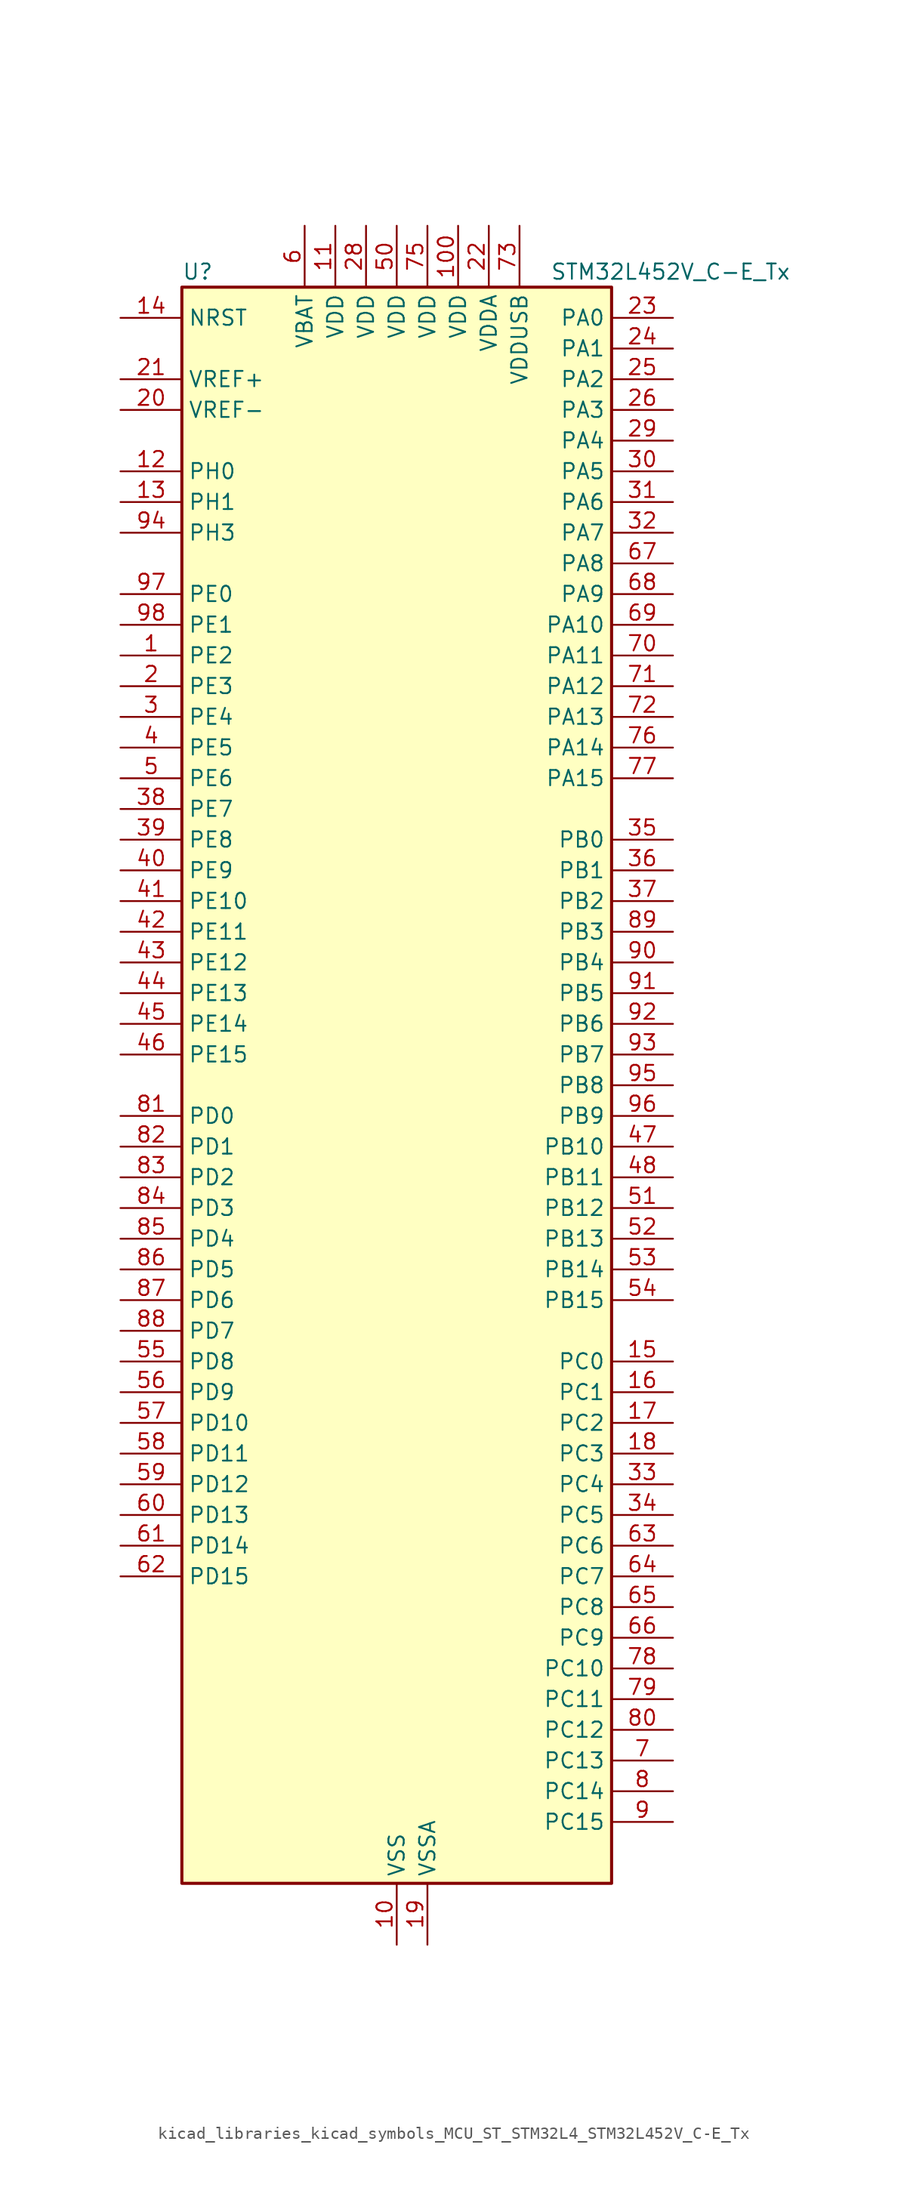
<source format=kicad_sym>
(kicad_symbol_lib
  (version 20220914)
  (generator kicad_symbol_editor)
  (symbol "kicad_libraries_kicad_symbols_MCU_ST_STM32L4_STM32L452V_C-E_Tx"
    (property "Reference" "U"
      (at -17.78 67.31 0)
      (effects (font (size 1.27 1.27)) (justify left)))
    (property "Value" "STM32L452V_C-E_Tx"
      (at 12.7 67.31 0)
      (effects (font (size 1.27 1.27)) (justify left)))
    (property "ki_locked" ""
      (at 0 0 0)
      (effects (font (size 1.27 1.27))))
    (symbol "kicad_libraries_kicad_symbols_MCU_ST_STM32L4_STM32L452V_C-E_Tx_0_1"
      (rectangle (start -17.78 -66.04) (end 17.78 66.04) (stroke (width 0.254) (type default)) (fill (type background))))
    (symbol "kicad_libraries_kicad_symbols_MCU_ST_STM32L4_STM32L452V_C-E_Tx_1_1"
      (pin bidirectional line (at -22.86 35.56 0) (length 5.08) (name "PE2" (effects (font (size 1.27 1.27)))) (number "1" (effects (font (size 1.27 1.27)))) (alternate "SAI1_MCLK_A" bidirectional line) (alternate "SYS_TRACECLK" bidirectional line) (alternate "TIM3_ETR" bidirectional line) (alternate "TSC_G7_IO1" bidirectional line))
      (pin power_in line (at 0 -71.12 90) (length 5.08) (name "VSS" (effects (font (size 1.27 1.27)))) (number "10" (effects (font (size 1.27 1.27)))))
      (pin power_in line (at 5.08 71.12 270) (length 5.08) (name "VDD" (effects (font (size 1.27 1.27)))) (number "100" (effects (font (size 1.27 1.27)))))
      (pin power_in line (at -5.08 71.12 270) (length 5.08) (name "VDD" (effects (font (size 1.27 1.27)))) (number "11" (effects (font (size 1.27 1.27)))))
      (pin bidirectional line (at -22.86 50.8 0) (length 5.08) (name "PH0" (effects (font (size 1.27 1.27)))) (number "12" (effects (font (size 1.27 1.27)))) (alternate "RCC_OSC_IN" bidirectional line))
      (pin bidirectional line (at -22.86 48.26 0) (length 5.08) (name "PH1" (effects (font (size 1.27 1.27)))) (number "13" (effects (font (size 1.27 1.27)))) (alternate "RCC_OSC_OUT" bidirectional line))
      (pin input line (at -22.86 63.5 0) (length 5.08) (name "NRST" (effects (font (size 1.27 1.27)))) (number "14" (effects (font (size 1.27 1.27)))))
      (pin bidirectional line (at 22.86 -22.86 180) (length 5.08) (name "PC0" (effects (font (size 1.27 1.27)))) (number "15" (effects (font (size 1.27 1.27)))) (alternate "ADC1_IN1" bidirectional line) (alternate "I2C3_SCL" bidirectional line) (alternate "I2C4_SCL" bidirectional line) (alternate "LPTIM1_IN1" bidirectional line) (alternate "LPTIM2_IN1" bidirectional line) (alternate "LPUART1_RX" bidirectional line))
      (pin bidirectional line (at 22.86 -25.4 180) (length 5.08) (name "PC1" (effects (font (size 1.27 1.27)))) (number "16" (effects (font (size 1.27 1.27)))) (alternate "ADC1_IN2" bidirectional line) (alternate "I2C3_SDA" bidirectional line) (alternate "I2C4_SDA" bidirectional line) (alternate "LPTIM1_OUT" bidirectional line) (alternate "LPUART1_TX" bidirectional line) (alternate "SYS_TRACED0" bidirectional line))
      (pin bidirectional line (at 22.86 -27.94 180) (length 5.08) (name "PC2" (effects (font (size 1.27 1.27)))) (number "17" (effects (font (size 1.27 1.27)))) (alternate "ADC1_IN3" bidirectional line) (alternate "DFSDM1_CKOUT" bidirectional line) (alternate "LPTIM1_IN2" bidirectional line) (alternate "SPI2_MISO" bidirectional line))
      (pin bidirectional line (at 22.86 -30.48 180) (length 5.08) (name "PC3" (effects (font (size 1.27 1.27)))) (number "18" (effects (font (size 1.27 1.27)))) (alternate "ADC1_IN4" bidirectional line) (alternate "LPTIM1_ETR" bidirectional line) (alternate "LPTIM2_ETR" bidirectional line) (alternate "SAI1_SD_A" bidirectional line) (alternate "SPI2_MOSI" bidirectional line))
      (pin power_in line (at 2.54 -71.12 90) (length 5.08) (name "VSSA" (effects (font (size 1.27 1.27)))) (number "19" (effects (font (size 1.27 1.27)))))
      (pin bidirectional line (at -22.86 33.02 0) (length 5.08) (name "PE3" (effects (font (size 1.27 1.27)))) (number "2" (effects (font (size 1.27 1.27)))) (alternate "SAI1_SD_B" bidirectional line) (alternate "SYS_TRACED0" bidirectional line) (alternate "TIM3_CH1" bidirectional line) (alternate "TSC_G7_IO2" bidirectional line))
      (pin input line (at -22.86 55.88 0) (length 5.08) (name "VREF-" (effects (font (size 1.27 1.27)))) (number "20" (effects (font (size 1.27 1.27)))))
      (pin input line (at -22.86 58.42 0) (length 5.08) (name "VREF+" (effects (font (size 1.27 1.27)))) (number "21" (effects (font (size 1.27 1.27)))) (alternate "VREFBUF_OUT" bidirectional line))
      (pin power_in line (at 7.62 71.12 270) (length 5.08) (name "VDDA" (effects (font (size 1.27 1.27)))) (number "22" (effects (font (size 1.27 1.27)))))
      (pin bidirectional line (at 22.86 63.5 180) (length 5.08) (name "PA0" (effects (font (size 1.27 1.27)))) (number "23" (effects (font (size 1.27 1.27)))) (alternate "ADC1_IN5" bidirectional line) (alternate "COMP1_INM" bidirectional line) (alternate "COMP1_OUT" bidirectional line) (alternate "OPAMP1_VINP" bidirectional line) (alternate "RTC_TAMP2" bidirectional line) (alternate "SAI1_EXTCLK" bidirectional line) (alternate "SYS_WKUP1" bidirectional line) (alternate "TIM2_CH1" bidirectional line) (alternate "TIM2_ETR" bidirectional line) (alternate "UART4_TX" bidirectional line) (alternate "USART2_CTS" bidirectional line))
      (pin bidirectional line (at 22.86 60.96 180) (length 5.08) (name "PA1" (effects (font (size 1.27 1.27)))) (number "24" (effects (font (size 1.27 1.27)))) (alternate "ADC1_IN6" bidirectional line) (alternate "COMP1_INP" bidirectional line) (alternate "I2C1_SMBA" bidirectional line) (alternate "OPAMP1_VINM" bidirectional line) (alternate "SPI1_SCK" bidirectional line) (alternate "TIM15_CH1N" bidirectional line) (alternate "TIM2_CH2" bidirectional line) (alternate "UART4_RX" bidirectional line) (alternate "USART2_DE" bidirectional line) (alternate "USART2_RTS" bidirectional line))
      (pin bidirectional line (at 22.86 58.42 180) (length 5.08) (name "PA2" (effects (font (size 1.27 1.27)))) (number "25" (effects (font (size 1.27 1.27)))) (alternate "ADC1_IN7" bidirectional line) (alternate "COMP2_INM" bidirectional line) (alternate "COMP2_OUT" bidirectional line) (alternate "LPUART1_TX" bidirectional line) (alternate "QUADSPI_BK1_NCS" bidirectional line) (alternate "RCC_LSCO" bidirectional line) (alternate "SYS_WKUP4" bidirectional line) (alternate "TIM15_CH1" bidirectional line) (alternate "TIM2_CH3" bidirectional line) (alternate "USART2_TX" bidirectional line))
      (pin bidirectional line (at 22.86 55.88 180) (length 5.08) (name "PA3" (effects (font (size 1.27 1.27)))) (number "26" (effects (font (size 1.27 1.27)))) (alternate "ADC1_IN8" bidirectional line) (alternate "COMP2_INP" bidirectional line) (alternate "LPUART1_RX" bidirectional line) (alternate "OPAMP1_VOUT" bidirectional line) (alternate "QUADSPI_CLK" bidirectional line) (alternate "SAI1_MCLK_A" bidirectional line) (alternate "TIM15_CH2" bidirectional line) (alternate "TIM2_CH4" bidirectional line) (alternate "USART2_RX" bidirectional line))
      (pin passive line (at 0 -71.12 90) (length 5.08) hide (name "VSS" (effects (font (size 1.27 1.27)))) (number "27" (effects (font (size 1.27 1.27)))))
      (pin power_in line (at -2.54 71.12 270) (length 5.08) (name "VDD" (effects (font (size 1.27 1.27)))) (number "28" (effects (font (size 1.27 1.27)))))
      (pin bidirectional line (at 22.86 53.34 180) (length 5.08) (name "PA4" (effects (font (size 1.27 1.27)))) (number "29" (effects (font (size 1.27 1.27)))) (alternate "ADC1_IN9" bidirectional line) (alternate "COMP1_INM" bidirectional line) (alternate "COMP2_INM" bidirectional line) (alternate "DAC1_OUT1" bidirectional line) (alternate "LPTIM2_OUT" bidirectional line) (alternate "SAI1_FS_B" bidirectional line) (alternate "SPI1_NSS" bidirectional line) (alternate "SPI3_NSS" bidirectional line) (alternate "USART2_CK" bidirectional line))
      (pin bidirectional line (at -22.86 30.48 0) (length 5.08) (name "PE4" (effects (font (size 1.27 1.27)))) (number "3" (effects (font (size 1.27 1.27)))) (alternate "DFSDM1_DATIN3" bidirectional line) (alternate "SAI1_FS_A" bidirectional line) (alternate "SYS_TRACED1" bidirectional line) (alternate "TIM3_CH2" bidirectional line) (alternate "TSC_G7_IO3" bidirectional line))
      (pin bidirectional line (at 22.86 50.8 180) (length 5.08) (name "PA5" (effects (font (size 1.27 1.27)))) (number "30" (effects (font (size 1.27 1.27)))) (alternate "ADC1_IN10" bidirectional line) (alternate "COMP1_INM" bidirectional line) (alternate "COMP2_INM" bidirectional line) (alternate "DFSDM1_CKOUT" bidirectional line) (alternate "LPTIM2_ETR" bidirectional line) (alternate "SPI1_SCK" bidirectional line) (alternate "TIM2_CH1" bidirectional line) (alternate "TIM2_ETR" bidirectional line))
      (pin bidirectional line (at 22.86 48.26 180) (length 5.08) (name "PA6" (effects (font (size 1.27 1.27)))) (number "31" (effects (font (size 1.27 1.27)))) (alternate "ADC1_IN11" bidirectional line) (alternate "COMP1_OUT" bidirectional line) (alternate "LPUART1_CTS" bidirectional line) (alternate "QUADSPI_BK1_IO3" bidirectional line) (alternate "SPI1_MISO" bidirectional line) (alternate "TIM16_CH1" bidirectional line) (alternate "TIM1_BKIN" bidirectional line) (alternate "TIM1_BKIN_COMP2" bidirectional line) (alternate "TIM3_CH1" bidirectional line) (alternate "USART3_CTS" bidirectional line))
      (pin bidirectional line (at 22.86 45.72 180) (length 5.08) (name "PA7" (effects (font (size 1.27 1.27)))) (number "32" (effects (font (size 1.27 1.27)))) (alternate "ADC1_IN12" bidirectional line) (alternate "COMP2_OUT" bidirectional line) (alternate "DFSDM1_DATIN0" bidirectional line) (alternate "I2C3_SCL" bidirectional line) (alternate "QUADSPI_BK1_IO2" bidirectional line) (alternate "SPI1_MOSI" bidirectional line) (alternate "TIM1_CH1N" bidirectional line) (alternate "TIM3_CH2" bidirectional line))
      (pin bidirectional line (at 22.86 -33.02 180) (length 5.08) (name "PC4" (effects (font (size 1.27 1.27)))) (number "33" (effects (font (size 1.27 1.27)))) (alternate "ADC1_IN13" bidirectional line) (alternate "COMP1_INM" bidirectional line) (alternate "USART3_TX" bidirectional line))
      (pin bidirectional line (at 22.86 -35.56 180) (length 5.08) (name "PC5" (effects (font (size 1.27 1.27)))) (number "34" (effects (font (size 1.27 1.27)))) (alternate "ADC1_IN14" bidirectional line) (alternate "COMP1_INP" bidirectional line) (alternate "SYS_WKUP5" bidirectional line) (alternate "USART3_RX" bidirectional line))
      (pin bidirectional line (at 22.86 20.32 180) (length 5.08) (name "PB0" (effects (font (size 1.27 1.27)))) (number "35" (effects (font (size 1.27 1.27)))) (alternate "ADC1_IN15" bidirectional line) (alternate "COMP1_OUT" bidirectional line) (alternate "DFSDM1_CKIN0" bidirectional line) (alternate "QUADSPI_BK1_IO1" bidirectional line) (alternate "SAI1_EXTCLK" bidirectional line) (alternate "SPI1_NSS" bidirectional line) (alternate "TIM1_CH2N" bidirectional line) (alternate "TIM3_CH3" bidirectional line) (alternate "USART3_CK" bidirectional line))
      (pin bidirectional line (at 22.86 17.78 180) (length 5.08) (name "PB1" (effects (font (size 1.27 1.27)))) (number "36" (effects (font (size 1.27 1.27)))) (alternate "ADC1_IN16" bidirectional line) (alternate "COMP1_INM" bidirectional line) (alternate "DFSDM1_DATIN0" bidirectional line) (alternate "LPTIM2_IN1" bidirectional line) (alternate "LPUART1_DE" bidirectional line) (alternate "LPUART1_RTS" bidirectional line) (alternate "QUADSPI_BK1_IO0" bidirectional line) (alternate "TIM1_CH3N" bidirectional line) (alternate "TIM3_CH4" bidirectional line) (alternate "USART3_DE" bidirectional line) (alternate "USART3_RTS" bidirectional line))
      (pin bidirectional line (at 22.86 15.24 180) (length 5.08) (name "PB2" (effects (font (size 1.27 1.27)))) (number "37" (effects (font (size 1.27 1.27)))) (alternate "COMP1_INP" bidirectional line) (alternate "DFSDM1_CKIN0" bidirectional line) (alternate "I2C3_SMBA" bidirectional line) (alternate "LPTIM1_OUT" bidirectional line) (alternate "RTC_OUT_ALARM" bidirectional line) (alternate "RTC_OUT_CALIB" bidirectional line))
      (pin bidirectional line (at -22.86 22.86 0) (length 5.08) (name "PE7" (effects (font (size 1.27 1.27)))) (number "38" (effects (font (size 1.27 1.27)))) (alternate "DFSDM1_DATIN2" bidirectional line) (alternate "SAI1_SD_B" bidirectional line) (alternate "TIM1_ETR" bidirectional line))
      (pin bidirectional line (at -22.86 20.32 0) (length 5.08) (name "PE8" (effects (font (size 1.27 1.27)))) (number "39" (effects (font (size 1.27 1.27)))) (alternate "DFSDM1_CKIN2" bidirectional line) (alternate "SAI1_SCK_B" bidirectional line) (alternate "TIM1_CH1N" bidirectional line))
      (pin bidirectional line (at -22.86 27.94 0) (length 5.08) (name "PE5" (effects (font (size 1.27 1.27)))) (number "4" (effects (font (size 1.27 1.27)))) (alternate "DFSDM1_CKIN3" bidirectional line) (alternate "SAI1_SCK_A" bidirectional line) (alternate "SYS_TRACED2" bidirectional line) (alternate "TIM3_CH3" bidirectional line) (alternate "TSC_G7_IO4" bidirectional line))
      (pin bidirectional line (at -22.86 17.78 0) (length 5.08) (name "PE9" (effects (font (size 1.27 1.27)))) (number "40" (effects (font (size 1.27 1.27)))) (alternate "DAC1_EXTI9" bidirectional line) (alternate "DFSDM1_CKOUT" bidirectional line) (alternate "SAI1_FS_B" bidirectional line) (alternate "TIM1_CH1" bidirectional line))
      (pin bidirectional line (at -22.86 15.24 0) (length 5.08) (name "PE10" (effects (font (size 1.27 1.27)))) (number "41" (effects (font (size 1.27 1.27)))) (alternate "QUADSPI_CLK" bidirectional line) (alternate "SAI1_MCLK_B" bidirectional line) (alternate "TIM1_CH2N" bidirectional line) (alternate "TSC_G5_IO1" bidirectional line))
      (pin bidirectional line (at -22.86 12.7 0) (length 5.08) (name "PE11" (effects (font (size 1.27 1.27)))) (number "42" (effects (font (size 1.27 1.27)))) (alternate "ADC1_EXTI11" bidirectional line) (alternate "QUADSPI_BK1_NCS" bidirectional line) (alternate "TIM1_CH2" bidirectional line) (alternate "TSC_G5_IO2" bidirectional line))
      (pin bidirectional line (at -22.86 10.16 0) (length 5.08) (name "PE12" (effects (font (size 1.27 1.27)))) (number "43" (effects (font (size 1.27 1.27)))) (alternate "QUADSPI_BK1_IO0" bidirectional line) (alternate "SPI1_NSS" bidirectional line) (alternate "TIM1_CH3N" bidirectional line) (alternate "TSC_G5_IO3" bidirectional line))
      (pin bidirectional line (at -22.86 7.62 0) (length 5.08) (name "PE13" (effects (font (size 1.27 1.27)))) (number "44" (effects (font (size 1.27 1.27)))) (alternate "QUADSPI_BK1_IO1" bidirectional line) (alternate "SPI1_SCK" bidirectional line) (alternate "TIM1_CH3" bidirectional line) (alternate "TSC_G5_IO4" bidirectional line))
      (pin bidirectional line (at -22.86 5.08 0) (length 5.08) (name "PE14" (effects (font (size 1.27 1.27)))) (number "45" (effects (font (size 1.27 1.27)))) (alternate "QUADSPI_BK1_IO2" bidirectional line) (alternate "SPI1_MISO" bidirectional line) (alternate "TIM1_BKIN2" bidirectional line) (alternate "TIM1_BKIN2_COMP2" bidirectional line) (alternate "TIM1_CH4" bidirectional line))
      (pin bidirectional line (at -22.86 2.54 0) (length 5.08) (name "PE15" (effects (font (size 1.27 1.27)))) (number "46" (effects (font (size 1.27 1.27)))) (alternate "ADC1_EXTI15" bidirectional line) (alternate "QUADSPI_BK1_IO3" bidirectional line) (alternate "SPI1_MOSI" bidirectional line) (alternate "TIM1_BKIN" bidirectional line) (alternate "TIM1_BKIN_COMP1" bidirectional line))
      (pin bidirectional line (at 22.86 -5.08 180) (length 5.08) (name "PB10" (effects (font (size 1.27 1.27)))) (number "47" (effects (font (size 1.27 1.27)))) (alternate "COMP1_OUT" bidirectional line) (alternate "I2C2_SCL" bidirectional line) (alternate "I2C4_SCL" bidirectional line) (alternate "LPUART1_RX" bidirectional line) (alternate "QUADSPI_CLK" bidirectional line) (alternate "SAI1_SCK_A" bidirectional line) (alternate "SPI2_SCK" bidirectional line) (alternate "TIM2_CH3" bidirectional line) (alternate "TSC_SYNC" bidirectional line) (alternate "USART3_TX" bidirectional line))
      (pin bidirectional line (at 22.86 -7.62 180) (length 5.08) (name "PB11" (effects (font (size 1.27 1.27)))) (number "48" (effects (font (size 1.27 1.27)))) (alternate "ADC1_EXTI11" bidirectional line) (alternate "COMP2_OUT" bidirectional line) (alternate "I2C2_SDA" bidirectional line) (alternate "I2C4_SDA" bidirectional line) (alternate "LPUART1_TX" bidirectional line) (alternate "QUADSPI_BK1_NCS" bidirectional line) (alternate "TIM2_CH4" bidirectional line) (alternate "USART3_RX" bidirectional line))
      (pin passive line (at 0 -71.12 90) (length 5.08) hide (name "VSS" (effects (font (size 1.27 1.27)))) (number "49" (effects (font (size 1.27 1.27)))))
      (pin bidirectional line (at -22.86 25.4 0) (length 5.08) (name "PE6" (effects (font (size 1.27 1.27)))) (number "5" (effects (font (size 1.27 1.27)))) (alternate "RTC_TAMP3" bidirectional line) (alternate "SAI1_SD_A" bidirectional line) (alternate "SYS_TRACED3" bidirectional line) (alternate "SYS_WKUP3" bidirectional line) (alternate "TIM3_CH4" bidirectional line))
      (pin power_in line (at 0 71.12 270) (length 5.08) (name "VDD" (effects (font (size 1.27 1.27)))) (number "50" (effects (font (size 1.27 1.27)))))
      (pin bidirectional line (at 22.86 -10.16 180) (length 5.08) (name "PB12" (effects (font (size 1.27 1.27)))) (number "51" (effects (font (size 1.27 1.27)))) (alternate "CAN1_RX" bidirectional line) (alternate "DFSDM1_DATIN1" bidirectional line) (alternate "I2C2_SMBA" bidirectional line) (alternate "LPUART1_DE" bidirectional line) (alternate "LPUART1_RTS" bidirectional line) (alternate "SAI1_FS_A" bidirectional line) (alternate "SPI2_NSS" bidirectional line) (alternate "TIM15_BKIN" bidirectional line) (alternate "TIM1_BKIN" bidirectional line) (alternate "TIM1_BKIN_COMP2" bidirectional line) (alternate "TSC_G1_IO1" bidirectional line) (alternate "USART3_CK" bidirectional line))
      (pin bidirectional line (at 22.86 -12.7 180) (length 5.08) (name "PB13" (effects (font (size 1.27 1.27)))) (number "52" (effects (font (size 1.27 1.27)))) (alternate "CAN1_TX" bidirectional line) (alternate "DFSDM1_CKIN1" bidirectional line) (alternate "I2C2_SCL" bidirectional line) (alternate "LPUART1_CTS" bidirectional line) (alternate "SAI1_SCK_A" bidirectional line) (alternate "SPI2_SCK" bidirectional line) (alternate "TIM15_CH1N" bidirectional line) (alternate "TIM1_CH1N" bidirectional line) (alternate "TSC_G1_IO2" bidirectional line) (alternate "USART3_CTS" bidirectional line))
      (pin bidirectional line (at 22.86 -15.24 180) (length 5.08) (name "PB14" (effects (font (size 1.27 1.27)))) (number "53" (effects (font (size 1.27 1.27)))) (alternate "DFSDM1_DATIN2" bidirectional line) (alternate "I2C2_SDA" bidirectional line) (alternate "SAI1_MCLK_A" bidirectional line) (alternate "SPI2_MISO" bidirectional line) (alternate "TIM15_CH1" bidirectional line) (alternate "TIM1_CH2N" bidirectional line) (alternate "TSC_G1_IO3" bidirectional line) (alternate "USART3_DE" bidirectional line) (alternate "USART3_RTS" bidirectional line))
      (pin bidirectional line (at 22.86 -17.78 180) (length 5.08) (name "PB15" (effects (font (size 1.27 1.27)))) (number "54" (effects (font (size 1.27 1.27)))) (alternate "ADC1_EXTI15" bidirectional line) (alternate "DFSDM1_CKIN2" bidirectional line) (alternate "RTC_REFIN" bidirectional line) (alternate "SAI1_SD_A" bidirectional line) (alternate "SPI2_MOSI" bidirectional line) (alternate "TIM15_CH2" bidirectional line) (alternate "TIM1_CH3N" bidirectional line) (alternate "TSC_G1_IO4" bidirectional line))
      (pin bidirectional line (at -22.86 -22.86 0) (length 5.08) (name "PD8" (effects (font (size 1.27 1.27)))) (number "55" (effects (font (size 1.27 1.27)))) (alternate "USART3_TX" bidirectional line))
      (pin bidirectional line (at -22.86 -25.4 0) (length 5.08) (name "PD9" (effects (font (size 1.27 1.27)))) (number "56" (effects (font (size 1.27 1.27)))) (alternate "DAC1_EXTI9" bidirectional line) (alternate "USART3_RX" bidirectional line))
      (pin bidirectional line (at -22.86 -27.94 0) (length 5.08) (name "PD10" (effects (font (size 1.27 1.27)))) (number "57" (effects (font (size 1.27 1.27)))) (alternate "TSC_G6_IO1" bidirectional line) (alternate "USART3_CK" bidirectional line))
      (pin bidirectional line (at -22.86 -30.48 0) (length 5.08) (name "PD11" (effects (font (size 1.27 1.27)))) (number "58" (effects (font (size 1.27 1.27)))) (alternate "ADC1_EXTI11" bidirectional line) (alternate "I2C4_SMBA" bidirectional line) (alternate "LPTIM2_ETR" bidirectional line) (alternate "TSC_G6_IO2" bidirectional line) (alternate "USART3_CTS" bidirectional line))
      (pin bidirectional line (at -22.86 -33.02 0) (length 5.08) (name "PD12" (effects (font (size 1.27 1.27)))) (number "59" (effects (font (size 1.27 1.27)))) (alternate "I2C4_SCL" bidirectional line) (alternate "LPTIM2_IN1" bidirectional line) (alternate "TSC_G6_IO3" bidirectional line) (alternate "USART3_DE" bidirectional line) (alternate "USART3_RTS" bidirectional line))
      (pin power_in line (at -7.62 71.12 270) (length 5.08) (name "VBAT" (effects (font (size 1.27 1.27)))) (number "6" (effects (font (size 1.27 1.27)))))
      (pin bidirectional line (at -22.86 -35.56 0) (length 5.08) (name "PD13" (effects (font (size 1.27 1.27)))) (number "60" (effects (font (size 1.27 1.27)))) (alternate "I2C4_SDA" bidirectional line) (alternate "LPTIM2_OUT" bidirectional line) (alternate "TSC_G6_IO4" bidirectional line))
      (pin bidirectional line (at -22.86 -38.1 0) (length 5.08) (name "PD14" (effects (font (size 1.27 1.27)))) (number "61" (effects (font (size 1.27 1.27)))))
      (pin bidirectional line (at -22.86 -40.64 0) (length 5.08) (name "PD15" (effects (font (size 1.27 1.27)))) (number "62" (effects (font (size 1.27 1.27)))) (alternate "ADC1_EXTI15" bidirectional line))
      (pin bidirectional line (at 22.86 -38.1 180) (length 5.08) (name "PC6" (effects (font (size 1.27 1.27)))) (number "63" (effects (font (size 1.27 1.27)))) (alternate "DFSDM1_CKIN3" bidirectional line) (alternate "SDMMC1_D6" bidirectional line) (alternate "TIM3_CH1" bidirectional line) (alternate "TSC_G4_IO1" bidirectional line))
      (pin bidirectional line (at 22.86 -40.64 180) (length 5.08) (name "PC7" (effects (font (size 1.27 1.27)))) (number "64" (effects (font (size 1.27 1.27)))) (alternate "DFSDM1_DATIN3" bidirectional line) (alternate "SDMMC1_D7" bidirectional line) (alternate "TIM3_CH2" bidirectional line) (alternate "TSC_G4_IO2" bidirectional line))
      (pin bidirectional line (at 22.86 -43.18 180) (length 5.08) (name "PC8" (effects (font (size 1.27 1.27)))) (number "65" (effects (font (size 1.27 1.27)))) (alternate "SDMMC1_D0" bidirectional line) (alternate "TIM3_CH3" bidirectional line) (alternate "TSC_G4_IO3" bidirectional line))
      (pin bidirectional line (at 22.86 -45.72 180) (length 5.08) (name "PC9" (effects (font (size 1.27 1.27)))) (number "66" (effects (font (size 1.27 1.27)))) (alternate "DAC1_EXTI9" bidirectional line) (alternate "SDMMC1_D1" bidirectional line) (alternate "TIM3_CH4" bidirectional line) (alternate "TSC_G4_IO4" bidirectional line) (alternate "USB_NOE" bidirectional line))
      (pin bidirectional line (at 22.86 43.18 180) (length 5.08) (name "PA8" (effects (font (size 1.27 1.27)))) (number "67" (effects (font (size 1.27 1.27)))) (alternate "DFSDM1_CKIN1" bidirectional line) (alternate "LPTIM2_OUT" bidirectional line) (alternate "RCC_MCO" bidirectional line) (alternate "SAI1_SCK_A" bidirectional line) (alternate "TIM1_CH1" bidirectional line) (alternate "USART1_CK" bidirectional line))
      (pin bidirectional line (at 22.86 40.64 180) (length 5.08) (name "PA9" (effects (font (size 1.27 1.27)))) (number "68" (effects (font (size 1.27 1.27)))) (alternate "DAC1_EXTI9" bidirectional line) (alternate "DFSDM1_DATIN1" bidirectional line) (alternate "I2C1_SCL" bidirectional line) (alternate "SAI1_FS_A" bidirectional line) (alternate "TIM15_BKIN" bidirectional line) (alternate "TIM1_CH2" bidirectional line) (alternate "USART1_TX" bidirectional line))
      (pin bidirectional line (at 22.86 38.1 180) (length 5.08) (name "PA10" (effects (font (size 1.27 1.27)))) (number "69" (effects (font (size 1.27 1.27)))) (alternate "CRS_SYNC" bidirectional line) (alternate "I2C1_SDA" bidirectional line) (alternate "SAI1_SD_A" bidirectional line) (alternate "TIM1_CH3" bidirectional line) (alternate "USART1_RX" bidirectional line))
      (pin bidirectional line (at 22.86 -55.88 180) (length 5.08) (name "PC13" (effects (font (size 1.27 1.27)))) (number "7" (effects (font (size 1.27 1.27)))) (alternate "RTC_OUT_ALARM" bidirectional line) (alternate "RTC_OUT_CALIB" bidirectional line) (alternate "RTC_TAMP1" bidirectional line) (alternate "RTC_TS" bidirectional line) (alternate "SYS_WKUP2" bidirectional line))
      (pin bidirectional line (at 22.86 35.56 180) (length 5.08) (name "PA11" (effects (font (size 1.27 1.27)))) (number "70" (effects (font (size 1.27 1.27)))) (alternate "ADC1_EXTI11" bidirectional line) (alternate "CAN1_RX" bidirectional line) (alternate "COMP1_OUT" bidirectional line) (alternate "SPI1_MISO" bidirectional line) (alternate "TIM1_BKIN2" bidirectional line) (alternate "TIM1_BKIN2_COMP1" bidirectional line) (alternate "TIM1_CH4" bidirectional line) (alternate "USART1_CTS" bidirectional line) (alternate "USB_DM" bidirectional line))
      (pin bidirectional line (at 22.86 33.02 180) (length 5.08) (name "PA12" (effects (font (size 1.27 1.27)))) (number "71" (effects (font (size 1.27 1.27)))) (alternate "CAN1_TX" bidirectional line) (alternate "SPI1_MOSI" bidirectional line) (alternate "TIM1_ETR" bidirectional line) (alternate "USART1_DE" bidirectional line) (alternate "USART1_RTS" bidirectional line) (alternate "USB_DP" bidirectional line))
      (pin bidirectional line (at 22.86 30.48 180) (length 5.08) (name "PA13" (effects (font (size 1.27 1.27)))) (number "72" (effects (font (size 1.27 1.27)))) (alternate "IR_OUT" bidirectional line) (alternate "SAI1_SD_B" bidirectional line) (alternate "SYS_JTMS-SWDIO" bidirectional line) (alternate "USB_NOE" bidirectional line))
      (pin power_in line (at 10.16 71.12 270) (length 5.08) (name "VDDUSB" (effects (font (size 1.27 1.27)))) (number "73" (effects (font (size 1.27 1.27)))))
      (pin passive line (at 0 -71.12 90) (length 5.08) hide (name "VSS" (effects (font (size 1.27 1.27)))) (number "74" (effects (font (size 1.27 1.27)))))
      (pin power_in line (at 2.54 71.12 270) (length 5.08) (name "VDD" (effects (font (size 1.27 1.27)))) (number "75" (effects (font (size 1.27 1.27)))))
      (pin bidirectional line (at 22.86 27.94 180) (length 5.08) (name "PA14" (effects (font (size 1.27 1.27)))) (number "76" (effects (font (size 1.27 1.27)))) (alternate "I2C1_SMBA" bidirectional line) (alternate "I2C4_SMBA" bidirectional line) (alternate "LPTIM1_OUT" bidirectional line) (alternate "SAI1_FS_B" bidirectional line) (alternate "SYS_JTCK-SWCLK" bidirectional line))
      (pin bidirectional line (at 22.86 25.4 180) (length 5.08) (name "PA15" (effects (font (size 1.27 1.27)))) (number "77" (effects (font (size 1.27 1.27)))) (alternate "ADC1_EXTI15" bidirectional line) (alternate "SPI1_NSS" bidirectional line) (alternate "SPI3_NSS" bidirectional line) (alternate "SYS_JTDI" bidirectional line) (alternate "TIM2_CH1" bidirectional line) (alternate "TIM2_ETR" bidirectional line) (alternate "TSC_G3_IO1" bidirectional line) (alternate "UART4_DE" bidirectional line) (alternate "UART4_RTS" bidirectional line) (alternate "USART2_RX" bidirectional line) (alternate "USART3_DE" bidirectional line) (alternate "USART3_RTS" bidirectional line))
      (pin bidirectional line (at 22.86 -48.26 180) (length 5.08) (name "PC10" (effects (font (size 1.27 1.27)))) (number "78" (effects (font (size 1.27 1.27)))) (alternate "SDMMC1_D2" bidirectional line) (alternate "SPI3_SCK" bidirectional line) (alternate "SYS_TRACED1" bidirectional line) (alternate "TSC_G3_IO2" bidirectional line) (alternate "UART4_TX" bidirectional line) (alternate "USART3_TX" bidirectional line))
      (pin bidirectional line (at 22.86 -50.8 180) (length 5.08) (name "PC11" (effects (font (size 1.27 1.27)))) (number "79" (effects (font (size 1.27 1.27)))) (alternate "ADC1_EXTI11" bidirectional line) (alternate "SDMMC1_D3" bidirectional line) (alternate "SPI3_MISO" bidirectional line) (alternate "TSC_G3_IO3" bidirectional line) (alternate "UART4_RX" bidirectional line) (alternate "USART3_RX" bidirectional line))
      (pin bidirectional line (at 22.86 -58.42 180) (length 5.08) (name "PC14" (effects (font (size 1.27 1.27)))) (number "8" (effects (font (size 1.27 1.27)))) (alternate "RCC_OSC32_IN" bidirectional line))
      (pin bidirectional line (at 22.86 -53.34 180) (length 5.08) (name "PC12" (effects (font (size 1.27 1.27)))) (number "80" (effects (font (size 1.27 1.27)))) (alternate "SDMMC1_CK" bidirectional line) (alternate "SPI3_MOSI" bidirectional line) (alternate "SYS_TRACED3" bidirectional line) (alternate "TSC_G3_IO4" bidirectional line) (alternate "USART3_CK" bidirectional line))
      (pin bidirectional line (at -22.86 -2.54 0) (length 5.08) (name "PD0" (effects (font (size 1.27 1.27)))) (number "81" (effects (font (size 1.27 1.27)))) (alternate "CAN1_RX" bidirectional line) (alternate "SPI2_NSS" bidirectional line))
      (pin bidirectional line (at -22.86 -5.08 0) (length 5.08) (name "PD1" (effects (font (size 1.27 1.27)))) (number "82" (effects (font (size 1.27 1.27)))) (alternate "CAN1_TX" bidirectional line) (alternate "SPI2_SCK" bidirectional line))
      (pin bidirectional line (at -22.86 -7.62 0) (length 5.08) (name "PD2" (effects (font (size 1.27 1.27)))) (number "83" (effects (font (size 1.27 1.27)))) (alternate "SDMMC1_CMD" bidirectional line) (alternate "SYS_TRACED2" bidirectional line) (alternate "TIM3_ETR" bidirectional line) (alternate "TSC_SYNC" bidirectional line) (alternate "USART3_DE" bidirectional line) (alternate "USART3_RTS" bidirectional line))
      (pin bidirectional line (at -22.86 -10.16 0) (length 5.08) (name "PD3" (effects (font (size 1.27 1.27)))) (number "84" (effects (font (size 1.27 1.27)))) (alternate "DFSDM1_DATIN0" bidirectional line) (alternate "QUADSPI_BK2_NCS" bidirectional line) (alternate "SPI2_MISO" bidirectional line) (alternate "USART2_CTS" bidirectional line))
      (pin bidirectional line (at -22.86 -12.7 0) (length 5.08) (name "PD4" (effects (font (size 1.27 1.27)))) (number "85" (effects (font (size 1.27 1.27)))) (alternate "DFSDM1_CKIN0" bidirectional line) (alternate "QUADSPI_BK2_IO0" bidirectional line) (alternate "SPI2_MOSI" bidirectional line) (alternate "USART2_DE" bidirectional line) (alternate "USART2_RTS" bidirectional line))
      (pin bidirectional line (at -22.86 -15.24 0) (length 5.08) (name "PD5" (effects (font (size 1.27 1.27)))) (number "86" (effects (font (size 1.27 1.27)))) (alternate "QUADSPI_BK2_IO1" bidirectional line) (alternate "USART2_TX" bidirectional line))
      (pin bidirectional line (at -22.86 -17.78 0) (length 5.08) (name "PD6" (effects (font (size 1.27 1.27)))) (number "87" (effects (font (size 1.27 1.27)))) (alternate "DFSDM1_DATIN1" bidirectional line) (alternate "QUADSPI_BK2_IO2" bidirectional line) (alternate "SAI1_SD_A" bidirectional line) (alternate "USART2_RX" bidirectional line))
      (pin bidirectional line (at -22.86 -20.32 0) (length 5.08) (name "PD7" (effects (font (size 1.27 1.27)))) (number "88" (effects (font (size 1.27 1.27)))) (alternate "DFSDM1_CKIN1" bidirectional line) (alternate "QUADSPI_BK2_IO3" bidirectional line) (alternate "USART2_CK" bidirectional line))
      (pin bidirectional line (at 22.86 12.7 180) (length 5.08) (name "PB3" (effects (font (size 1.27 1.27)))) (number "89" (effects (font (size 1.27 1.27)))) (alternate "COMP2_INM" bidirectional line) (alternate "SAI1_SCK_B" bidirectional line) (alternate "SPI1_SCK" bidirectional line) (alternate "SPI3_SCK" bidirectional line) (alternate "SYS_JTDO-SWO" bidirectional line) (alternate "TIM2_CH2" bidirectional line) (alternate "USART1_DE" bidirectional line) (alternate "USART1_RTS" bidirectional line))
      (pin bidirectional line (at 22.86 -60.96 180) (length 5.08) (name "PC15" (effects (font (size 1.27 1.27)))) (number "9" (effects (font (size 1.27 1.27)))) (alternate "ADC1_EXTI15" bidirectional line) (alternate "RCC_OSC32_OUT" bidirectional line))
      (pin bidirectional line (at 22.86 10.16 180) (length 5.08) (name "PB4" (effects (font (size 1.27 1.27)))) (number "90" (effects (font (size 1.27 1.27)))) (alternate "COMP2_INP" bidirectional line) (alternate "I2C3_SDA" bidirectional line) (alternate "SAI1_MCLK_B" bidirectional line) (alternate "SPI1_MISO" bidirectional line) (alternate "SPI3_MISO" bidirectional line) (alternate "SYS_JTRST" bidirectional line) (alternate "TIM3_CH1" bidirectional line) (alternate "TSC_G2_IO1" bidirectional line) (alternate "USART1_CTS" bidirectional line))
      (pin bidirectional line (at 22.86 7.62 180) (length 5.08) (name "PB5" (effects (font (size 1.27 1.27)))) (number "91" (effects (font (size 1.27 1.27)))) (alternate "CAN1_RX" bidirectional line) (alternate "COMP2_OUT" bidirectional line) (alternate "I2C1_SMBA" bidirectional line) (alternate "LPTIM1_IN1" bidirectional line) (alternate "SAI1_SD_B" bidirectional line) (alternate "SPI1_MOSI" bidirectional line) (alternate "SPI3_MOSI" bidirectional line) (alternate "TIM16_BKIN" bidirectional line) (alternate "TIM3_CH2" bidirectional line) (alternate "TSC_G2_IO2" bidirectional line) (alternate "USART1_CK" bidirectional line))
      (pin bidirectional line (at 22.86 5.08 180) (length 5.08) (name "PB6" (effects (font (size 1.27 1.27)))) (number "92" (effects (font (size 1.27 1.27)))) (alternate "CAN1_TX" bidirectional line) (alternate "COMP2_INP" bidirectional line) (alternate "I2C1_SCL" bidirectional line) (alternate "I2C4_SCL" bidirectional line) (alternate "LPTIM1_ETR" bidirectional line) (alternate "SAI1_FS_B" bidirectional line) (alternate "TIM16_CH1N" bidirectional line) (alternate "TSC_G2_IO3" bidirectional line) (alternate "USART1_TX" bidirectional line))
      (pin bidirectional line (at 22.86 2.54 180) (length 5.08) (name "PB7" (effects (font (size 1.27 1.27)))) (number "93" (effects (font (size 1.27 1.27)))) (alternate "COMP2_INM" bidirectional line) (alternate "I2C1_SDA" bidirectional line) (alternate "I2C4_SDA" bidirectional line) (alternate "LPTIM1_IN2" bidirectional line) (alternate "SYS_PVD_IN" bidirectional line) (alternate "TSC_G2_IO4" bidirectional line) (alternate "UART4_CTS" bidirectional line) (alternate "USART1_RX" bidirectional line))
      (pin bidirectional line (at -22.86 45.72 0) (length 5.08) (name "PH3" (effects (font (size 1.27 1.27)))) (number "94" (effects (font (size 1.27 1.27)))))
      (pin bidirectional line (at 22.86 0 180) (length 5.08) (name "PB8" (effects (font (size 1.27 1.27)))) (number "95" (effects (font (size 1.27 1.27)))) (alternate "CAN1_RX" bidirectional line) (alternate "I2C1_SCL" bidirectional line) (alternate "SAI1_MCLK_A" bidirectional line) (alternate "SDMMC1_D4" bidirectional line) (alternate "TIM16_CH1" bidirectional line))
      (pin bidirectional line (at 22.86 -2.54 180) (length 5.08) (name "PB9" (effects (font (size 1.27 1.27)))) (number "96" (effects (font (size 1.27 1.27)))) (alternate "CAN1_TX" bidirectional line) (alternate "DAC1_EXTI9" bidirectional line) (alternate "I2C1_SDA" bidirectional line) (alternate "IR_OUT" bidirectional line) (alternate "SAI1_FS_A" bidirectional line) (alternate "SDMMC1_D5" bidirectional line) (alternate "SPI2_NSS" bidirectional line))
      (pin bidirectional line (at -22.86 40.64 0) (length 5.08) (name "PE0" (effects (font (size 1.27 1.27)))) (number "97" (effects (font (size 1.27 1.27)))) (alternate "TIM16_CH1" bidirectional line))
      (pin bidirectional line (at -22.86 38.1 0) (length 5.08) (name "PE1" (effects (font (size 1.27 1.27)))) (number "98" (effects (font (size 1.27 1.27)))))
      (pin passive line (at 0 -71.12 90) (length 5.08) hide (name "VSS" (effects (font (size 1.27 1.27)))) (number "99" (effects (font (size 1.27 1.27))))))))
</source>
